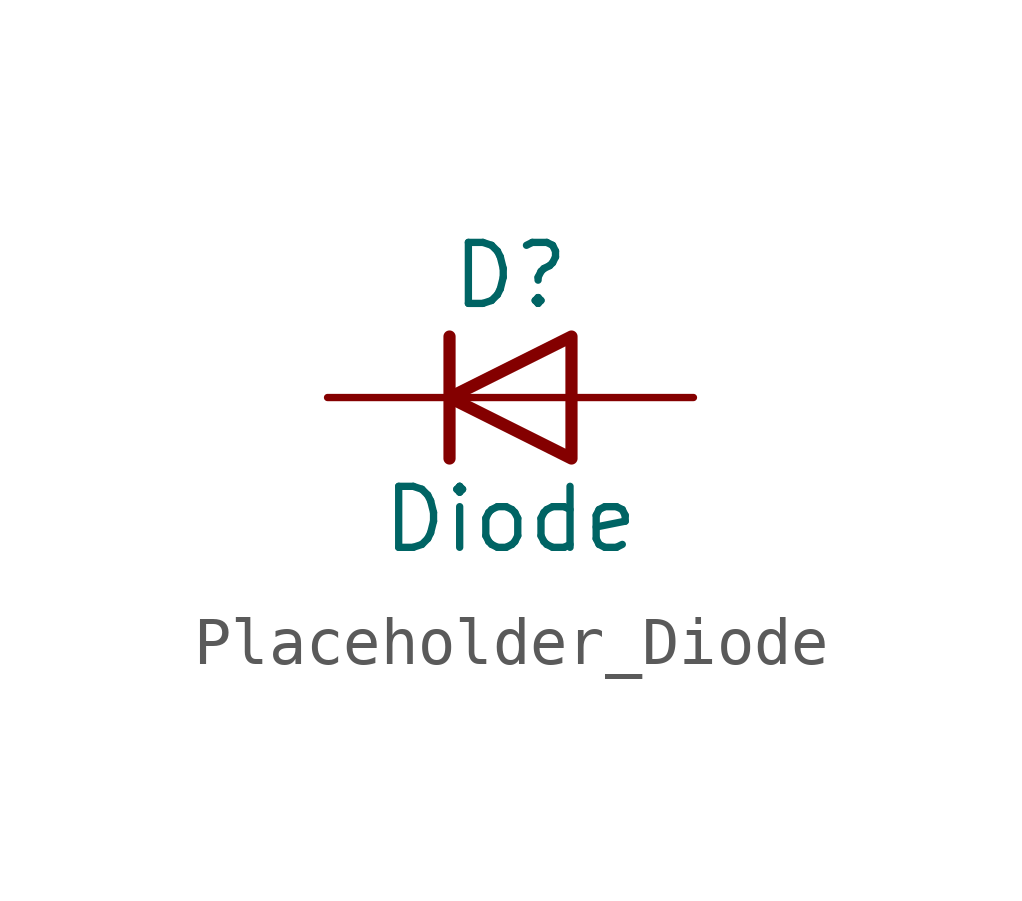
<source format=kicad_sym>
(kicad_symbol_lib
  (version 20241209)
  (generator "kicad_symbol_editor")
  (generator_version "9.0")
  (symbol "Placeholder_Diode"
    (pin_numbers
      (hide yes))
    (pin_names
      (hide yes))
    (property "Reference" "D"
      (at 0 2.54 0)
      (effects (font (size 1.27 1.27))))
    (property "Value" "Diode"
      (at 0 -2.54 0)
      (effects (font (size 1.27 1.27))))
    (symbol "Placeholder_Diode_0_1"
      (polyline (pts (xy -1.27 1.27) (xy -1.27 -1.27)) (stroke (width 0.254) (type default)) (fill (type none)))
      (polyline (pts (xy 1.27 1.27) (xy 1.27 -1.27) (xy -1.27 0) (xy 1.27 1.27)) (stroke (width 0.254) (type default)) (fill (type none)))
      (polyline (pts (xy 1.27 0) (xy -1.27 0)) (stroke (width 0) (type default)) (fill (type none))))
    (symbol "Placeholder_Diode_1_1"
      (pin passive line (at -3.81 0 0) (length 2.54) (name "K" (effects (font (size 1.27 1.27)))) (number "1" (effects (font (size 1.27 1.27)))))
      (pin passive line (at 3.81 0 180) (length 2.54) (name "A" (effects (font (size 1.27 1.27)))) (number "2" (effects (font (size 1.27 1.27))))))))
</source>
